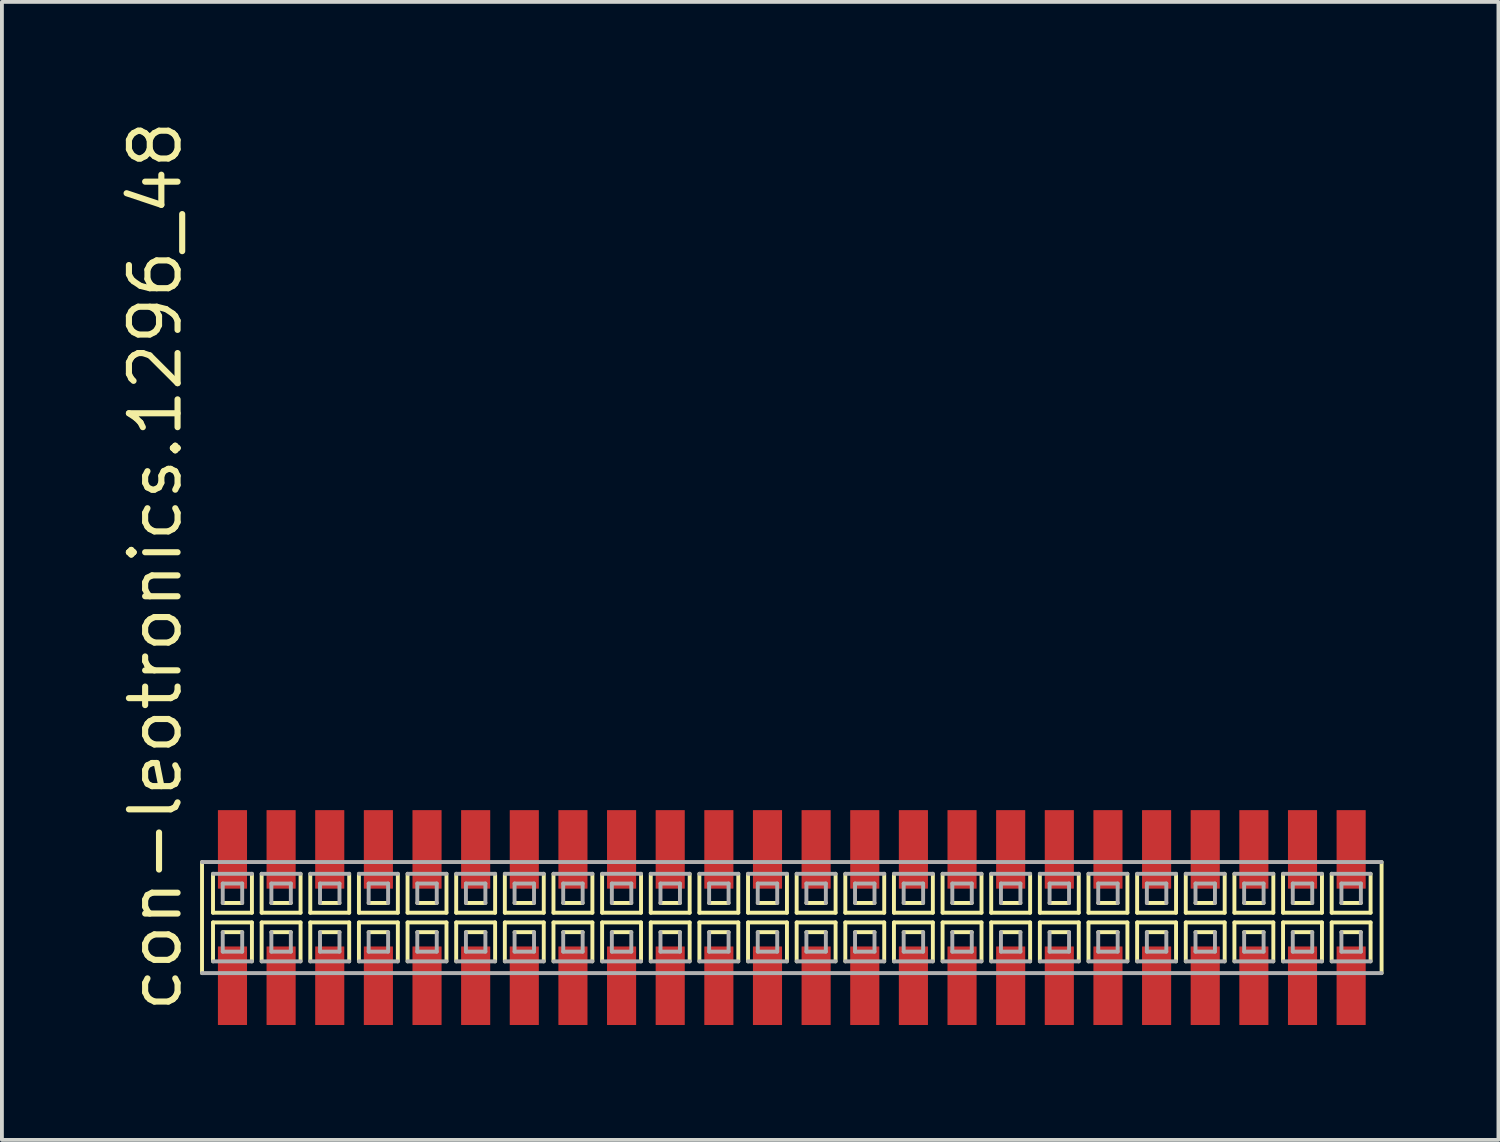
<source format=kicad_pcb>
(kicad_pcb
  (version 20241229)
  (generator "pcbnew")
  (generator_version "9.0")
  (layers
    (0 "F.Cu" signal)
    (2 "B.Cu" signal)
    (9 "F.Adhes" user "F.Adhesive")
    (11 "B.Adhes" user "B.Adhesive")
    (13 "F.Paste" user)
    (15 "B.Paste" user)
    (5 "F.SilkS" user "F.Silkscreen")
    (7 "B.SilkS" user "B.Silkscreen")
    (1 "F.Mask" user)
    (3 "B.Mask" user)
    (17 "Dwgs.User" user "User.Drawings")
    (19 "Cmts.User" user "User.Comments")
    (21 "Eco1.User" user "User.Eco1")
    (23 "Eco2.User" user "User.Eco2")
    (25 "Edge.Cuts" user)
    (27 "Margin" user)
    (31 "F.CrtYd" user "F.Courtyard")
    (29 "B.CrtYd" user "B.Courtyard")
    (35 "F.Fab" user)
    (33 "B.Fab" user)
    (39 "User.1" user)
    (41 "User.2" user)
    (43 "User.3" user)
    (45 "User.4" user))
  (footprint "con-leotronics.1296_48"
    (layer "F.Cu")
    (at 17.625 20.909)
    (property "Reference" "con-leotronics.1296_48" (at -15.875 2.54 90) (layer "F.SilkS") (effects (font (size 1.27 1.27) (thickness 0.16)) (justify left bottom)))
    (attr smd)
    (fp_line (start -15.4 -1.45) (end -15.4 1.45) (stroke (width 0.102) (type default)) (layer "F.SilkS"))
    (fp_line (start -15.113 -1.143) (end -15.113 -0.127) (stroke (width 0.102) (type default)) (layer "F.SilkS"))
    (fp_line (start -15.113 -0.127) (end -14.097 -0.127) (stroke (width 0.102) (type default)) (layer "F.SilkS"))
    (fp_line (start -15.113 0.127) (end -15.113 1.143) (stroke (width 0.102) (type default)) (layer "F.SilkS"))
    (fp_line (start -14.859 -0.381) (end -14.351 -0.381) (stroke (width 0.102) (type default)) (layer "F.SilkS"))
    (fp_line (start -14.351 0.381) (end -14.859 0.381) (stroke (width 0.102) (type default)) (layer "F.SilkS"))
    (fp_line (start -14.097 -0.127) (end -14.097 -1.143) (stroke (width 0.102) (type default)) (layer "F.SilkS"))
    (fp_line (start -14.097 0.127) (end -15.113 0.127) (stroke (width 0.102) (type default)) (layer "F.SilkS"))
    (fp_line (start -14.097 1.143) (end -14.097 0.127) (stroke (width 0.102) (type default)) (layer "F.SilkS"))
    (fp_line (start -13.843 -1.143) (end -13.843 -0.127) (stroke (width 0.102) (type default)) (layer "F.SilkS"))
    (fp_line (start -13.843 -0.127) (end -12.827 -0.127) (stroke (width 0.102) (type default)) (layer "F.SilkS"))
    (fp_line (start -13.843 0.127) (end -13.843 1.143) (stroke (width 0.102) (type default)) (layer "F.SilkS"))
    (fp_line (start -13.589 -0.381) (end -13.081 -0.381) (stroke (width 0.102) (type default)) (layer "F.SilkS"))
    (fp_line (start -13.081 0.381) (end -13.589 0.381) (stroke (width 0.102) (type default)) (layer "F.SilkS"))
    (fp_line (start -12.827 -0.127) (end -12.827 -1.143) (stroke (width 0.102) (type default)) (layer "F.SilkS"))
    (fp_line (start -12.827 0.127) (end -13.843 0.127) (stroke (width 0.102) (type default)) (layer "F.SilkS"))
    (fp_line (start -12.827 1.143) (end -12.827 0.127) (stroke (width 0.102) (type default)) (layer "F.SilkS"))
    (fp_line (start -12.573 -1.143) (end -12.573 -0.127) (stroke (width 0.102) (type default)) (layer "F.SilkS"))
    (fp_line (start -12.573 -0.127) (end -11.557 -0.127) (stroke (width 0.102) (type default)) (layer "F.SilkS"))
    (fp_line (start -12.573 0.127) (end -12.573 1.143) (stroke (width 0.102) (type default)) (layer "F.SilkS"))
    (fp_line (start -12.319 -0.381) (end -11.811 -0.381) (stroke (width 0.102) (type default)) (layer "F.SilkS"))
    (fp_line (start -11.811 0.381) (end -12.319 0.381) (stroke (width 0.102) (type default)) (layer "F.SilkS"))
    (fp_line (start -11.557 -0.127) (end -11.557 -1.143) (stroke (width 0.102) (type default)) (layer "F.SilkS"))
    (fp_line (start -11.557 0.127) (end -12.573 0.127) (stroke (width 0.102) (type default)) (layer "F.SilkS"))
    (fp_line (start -11.557 1.143) (end -11.557 0.127) (stroke (width 0.102) (type default)) (layer "F.SilkS"))
    (fp_line (start -11.303 -1.143) (end -11.303 -0.127) (stroke (width 0.102) (type default)) (layer "F.SilkS"))
    (fp_line (start -11.303 -0.127) (end -10.287 -0.127) (stroke (width 0.102) (type default)) (layer "F.SilkS"))
    (fp_line (start -11.303 0.127) (end -11.303 1.143) (stroke (width 0.102) (type default)) (layer "F.SilkS"))
    (fp_line (start -11.049 -0.381) (end -10.541 -0.381) (stroke (width 0.102) (type default)) (layer "F.SilkS"))
    (fp_line (start -10.541 0.381) (end -11.049 0.381) (stroke (width 0.102) (type default)) (layer "F.SilkS"))
    (fp_line (start -10.287 -0.127) (end -10.287 -1.143) (stroke (width 0.102) (type default)) (layer "F.SilkS"))
    (fp_line (start -10.287 0.127) (end -11.303 0.127) (stroke (width 0.102) (type default)) (layer "F.SilkS"))
    (fp_line (start -10.287 1.143) (end -10.287 0.127) (stroke (width 0.102) (type default)) (layer "F.SilkS"))
    (fp_line (start -10.033 -1.143) (end -10.033 -0.127) (stroke (width 0.102) (type default)) (layer "F.SilkS"))
    (fp_line (start -10.033 -0.127) (end -9.017 -0.127) (stroke (width 0.102) (type default)) (layer "F.SilkS"))
    (fp_line (start -10.033 0.127) (end -10.033 1.143) (stroke (width 0.102) (type default)) (layer "F.SilkS"))
    (fp_line (start -9.779 -0.381) (end -9.271 -0.381) (stroke (width 0.102) (type default)) (layer "F.SilkS"))
    (fp_line (start -9.271 0.381) (end -9.779 0.381) (stroke (width 0.102) (type default)) (layer "F.SilkS"))
    (fp_line (start -9.017 -0.127) (end -9.017 -1.143) (stroke (width 0.102) (type default)) (layer "F.SilkS"))
    (fp_line (start -9.017 0.127) (end -10.033 0.127) (stroke (width 0.102) (type default)) (layer "F.SilkS"))
    (fp_line (start -9.017 1.143) (end -9.017 0.127) (stroke (width 0.102) (type default)) (layer "F.SilkS"))
    (fp_line (start -8.763 -1.143) (end -8.763 -0.127) (stroke (width 0.102) (type default)) (layer "F.SilkS"))
    (fp_line (start -8.763 -0.127) (end -7.747 -0.127) (stroke (width 0.102) (type default)) (layer "F.SilkS"))
    (fp_line (start -8.763 0.127) (end -8.763 1.143) (stroke (width 0.102) (type default)) (layer "F.SilkS"))
    (fp_line (start -8.509 -0.381) (end -8.001 -0.381) (stroke (width 0.102) (type default)) (layer "F.SilkS"))
    (fp_line (start -8.001 0.381) (end -8.509 0.381) (stroke (width 0.102) (type default)) (layer "F.SilkS"))
    (fp_line (start -7.747 -0.127) (end -7.747 -1.143) (stroke (width 0.102) (type default)) (layer "F.SilkS"))
    (fp_line (start -7.747 0.127) (end -8.763 0.127) (stroke (width 0.102) (type default)) (layer "F.SilkS"))
    (fp_line (start -7.747 1.143) (end -7.747 0.127) (stroke (width 0.102) (type default)) (layer "F.SilkS"))
    (fp_line (start -7.493 -1.143) (end -7.493 -0.127) (stroke (width 0.102) (type default)) (layer "F.SilkS"))
    (fp_line (start -7.493 -0.127) (end -6.477 -0.127) (stroke (width 0.102) (type default)) (layer "F.SilkS"))
    (fp_line (start -7.493 0.127) (end -7.493 1.143) (stroke (width 0.102) (type default)) (layer "F.SilkS"))
    (fp_line (start -7.239 -0.381) (end -6.731 -0.381) (stroke (width 0.102) (type default)) (layer "F.SilkS"))
    (fp_line (start -6.731 0.381) (end -7.239 0.381) (stroke (width 0.102) (type default)) (layer "F.SilkS"))
    (fp_line (start -6.477 -0.127) (end -6.477 -1.143) (stroke (width 0.102) (type default)) (layer "F.SilkS"))
    (fp_line (start -6.477 0.127) (end -7.493 0.127) (stroke (width 0.102) (type default)) (layer "F.SilkS"))
    (fp_line (start -6.477 1.143) (end -6.477 0.127) (stroke (width 0.102) (type default)) (layer "F.SilkS"))
    (fp_line (start -6.223 -1.143) (end -6.223 -0.127) (stroke (width 0.102) (type default)) (layer "F.SilkS"))
    (fp_line (start -6.223 -0.127) (end -5.207 -0.127) (stroke (width 0.102) (type default)) (layer "F.SilkS"))
    (fp_line (start -6.223 0.127) (end -6.223 1.143) (stroke (width 0.102) (type default)) (layer "F.SilkS"))
    (fp_line (start -5.969 -0.381) (end -5.461 -0.381) (stroke (width 0.102) (type default)) (layer "F.SilkS"))
    (fp_line (start -5.461 0.381) (end -5.969 0.381) (stroke (width 0.102) (type default)) (layer "F.SilkS"))
    (fp_line (start -5.207 -0.127) (end -5.207 -1.143) (stroke (width 0.102) (type default)) (layer "F.SilkS"))
    (fp_line (start -5.207 0.127) (end -6.223 0.127) (stroke (width 0.102) (type default)) (layer "F.SilkS"))
    (fp_line (start -5.207 1.143) (end -5.207 0.127) (stroke (width 0.102) (type default)) (layer "F.SilkS"))
    (fp_line (start -4.953 -1.143) (end -4.953 -0.127) (stroke (width 0.102) (type default)) (layer "F.SilkS"))
    (fp_line (start -4.953 -0.127) (end -3.937 -0.127) (stroke (width 0.102) (type default)) (layer "F.SilkS"))
    (fp_line (start -4.953 0.127) (end -4.953 1.143) (stroke (width 0.102) (type default)) (layer "F.SilkS"))
    (fp_line (start -4.699 -0.381) (end -4.191 -0.381) (stroke (width 0.102) (type default)) (layer "F.SilkS"))
    (fp_line (start -4.191 0.381) (end -4.699 0.381) (stroke (width 0.102) (type default)) (layer "F.SilkS"))
    (fp_line (start -3.937 -0.127) (end -3.937 -1.143) (stroke (width 0.102) (type default)) (layer "F.SilkS"))
    (fp_line (start -3.937 0.127) (end -4.953 0.127) (stroke (width 0.102) (type default)) (layer "F.SilkS"))
    (fp_line (start -3.937 1.143) (end -3.937 0.127) (stroke (width 0.102) (type default)) (layer "F.SilkS"))
    (fp_line (start -3.683 -1.143) (end -3.683 -0.127) (stroke (width 0.102) (type default)) (layer "F.SilkS"))
    (fp_line (start -3.683 -0.127) (end -2.667 -0.127) (stroke (width 0.102) (type default)) (layer "F.SilkS"))
    (fp_line (start -3.683 0.127) (end -3.683 1.143) (stroke (width 0.102) (type default)) (layer "F.SilkS"))
    (fp_line (start -3.429 -0.381) (end -2.921 -0.381) (stroke (width 0.102) (type default)) (layer "F.SilkS"))
    (fp_line (start -2.921 0.381) (end -3.429 0.381) (stroke (width 0.102) (type default)) (layer "F.SilkS"))
    (fp_line (start -2.667 -0.127) (end -2.667 -1.143) (stroke (width 0.102) (type default)) (layer "F.SilkS"))
    (fp_line (start -2.667 0.127) (end -3.683 0.127) (stroke (width 0.102) (type default)) (layer "F.SilkS"))
    (fp_line (start -2.667 1.143) (end -2.667 0.127) (stroke (width 0.102) (type default)) (layer "F.SilkS"))
    (fp_line (start -2.413 -1.143) (end -2.413 -0.127) (stroke (width 0.102) (type default)) (layer "F.SilkS"))
    (fp_line (start -2.413 -0.127) (end -1.397 -0.127) (stroke (width 0.102) (type default)) (layer "F.SilkS"))
    (fp_line (start -2.413 0.127) (end -2.413 1.143) (stroke (width 0.102) (type default)) (layer "F.SilkS"))
    (fp_line (start -2.159 -0.381) (end -1.651 -0.381) (stroke (width 0.102) (type default)) (layer "F.SilkS"))
    (fp_line (start -1.651 0.381) (end -2.159 0.381) (stroke (width 0.102) (type default)) (layer "F.SilkS"))
    (fp_line (start -1.397 -0.127) (end -1.397 -1.143) (stroke (width 0.102) (type default)) (layer "F.SilkS"))
    (fp_line (start -1.397 0.127) (end -2.413 0.127) (stroke (width 0.102) (type default)) (layer "F.SilkS"))
    (fp_line (start -1.397 1.143) (end -1.397 0.127) (stroke (width 0.102) (type default)) (layer "F.SilkS"))
    (fp_line (start -1.143 -1.143) (end -1.143 -0.127) (stroke (width 0.102) (type default)) (layer "F.SilkS"))
    (fp_line (start -1.143 -0.127) (end -0.127 -0.127) (stroke (width 0.102) (type default)) (layer "F.SilkS"))
    (fp_line (start -1.143 0.127) (end -1.143 1.143) (stroke (width 0.102) (type default)) (layer "F.SilkS"))
    (fp_line (start -0.889 -0.381) (end -0.381 -0.381) (stroke (width 0.102) (type default)) (layer "F.SilkS"))
    (fp_line (start -0.381 0.381) (end -0.889 0.381) (stroke (width 0.102) (type default)) (layer "F.SilkS"))
    (fp_line (start -0.127 -0.127) (end -0.127 -1.143) (stroke (width 0.102) (type default)) (layer "F.SilkS"))
    (fp_line (start -0.127 0.127) (end -1.143 0.127) (stroke (width 0.102) (type default)) (layer "F.SilkS"))
    (fp_line (start -0.127 1.143) (end -0.127 0.127) (stroke (width 0.102) (type default)) (layer "F.SilkS"))
    (fp_line (start 0.127 -1.143) (end 0.127 -0.127) (stroke (width 0.102) (type default)) (layer "F.SilkS"))
    (fp_line (start 0.127 -0.127) (end 1.143 -0.127) (stroke (width 0.102) (type default)) (layer "F.SilkS"))
    (fp_line (start 0.127 0.127) (end 0.127 1.143) (stroke (width 0.102) (type default)) (layer "F.SilkS"))
    (fp_line (start 0.381 -0.381) (end 0.889 -0.381) (stroke (width 0.102) (type default)) (layer "F.SilkS"))
    (fp_line (start 0.889 0.381) (end 0.381 0.381) (stroke (width 0.102) (type default)) (layer "F.SilkS"))
    (fp_line (start 1.143 -0.127) (end 1.143 -1.143) (stroke (width 0.102) (type default)) (layer "F.SilkS"))
    (fp_line (start 1.143 0.127) (end 0.127 0.127) (stroke (width 0.102) (type default)) (layer "F.SilkS"))
    (fp_line (start 1.143 1.143) (end 1.143 0.127) (stroke (width 0.102) (type default)) (layer "F.SilkS"))
    (fp_line (start 1.397 -1.143) (end 1.397 -0.127) (stroke (width 0.102) (type default)) (layer "F.SilkS"))
    (fp_line (start 1.397 -0.127) (end 2.413 -0.127) (stroke (width 0.102) (type default)) (layer "F.SilkS"))
    (fp_line (start 1.397 0.127) (end 1.397 1.143) (stroke (width 0.102) (type default)) (layer "F.SilkS"))
    (fp_line (start 1.651 -0.381) (end 2.159 -0.381) (stroke (width 0.102) (type default)) (layer "F.SilkS"))
    (fp_line (start 2.159 0.381) (end 1.651 0.381) (stroke (width 0.102) (type default)) (layer "F.SilkS"))
    (fp_line (start 2.413 -0.127) (end 2.413 -1.143) (stroke (width 0.102) (type default)) (layer "F.SilkS"))
    (fp_line (start 2.413 0.127) (end 1.397 0.127) (stroke (width 0.102) (type default)) (layer "F.SilkS"))
    (fp_line (start 2.413 1.143) (end 2.413 0.127) (stroke (width 0.102) (type default)) (layer "F.SilkS"))
    (fp_line (start 2.667 -1.143) (end 2.667 -0.127) (stroke (width 0.102) (type default)) (layer "F.SilkS"))
    (fp_line (start 2.667 -0.127) (end 3.683 -0.127) (stroke (width 0.102) (type default)) (layer "F.SilkS"))
    (fp_line (start 2.667 0.127) (end 2.667 1.143) (stroke (width 0.102) (type default)) (layer "F.SilkS"))
    (fp_line (start 2.921 -0.381) (end 3.429 -0.381) (stroke (width 0.102) (type default)) (layer "F.SilkS"))
    (fp_line (start 3.429 0.381) (end 2.921 0.381) (stroke (width 0.102) (type default)) (layer "F.SilkS"))
    (fp_line (start 3.683 -0.127) (end 3.683 -1.143) (stroke (width 0.102) (type default)) (layer "F.SilkS"))
    (fp_line (start 3.683 0.127) (end 2.667 0.127) (stroke (width 0.102) (type default)) (layer "F.SilkS"))
    (fp_line (start 3.683 1.143) (end 3.683 0.127) (stroke (width 0.102) (type default)) (layer "F.SilkS"))
    (fp_line (start 3.937 -1.143) (end 3.937 -0.127) (stroke (width 0.102) (type default)) (layer "F.SilkS"))
    (fp_line (start 3.937 -0.127) (end 4.953 -0.127) (stroke (width 0.102) (type default)) (layer "F.SilkS"))
    (fp_line (start 3.937 0.127) (end 3.937 1.143) (stroke (width 0.102) (type default)) (layer "F.SilkS"))
    (fp_line (start 4.191 -0.381) (end 4.699 -0.381) (stroke (width 0.102) (type default)) (layer "F.SilkS"))
    (fp_line (start 4.699 0.381) (end 4.191 0.381) (stroke (width 0.102) (type default)) (layer "F.SilkS"))
    (fp_line (start 4.953 -0.127) (end 4.953 -1.143) (stroke (width 0.102) (type default)) (layer "F.SilkS"))
    (fp_line (start 4.953 0.127) (end 3.937 0.127) (stroke (width 0.102) (type default)) (layer "F.SilkS"))
    (fp_line (start 4.953 1.143) (end 4.953 0.127) (stroke (width 0.102) (type default)) (layer "F.SilkS"))
    (fp_line (start 5.207 -1.143) (end 5.207 -0.127) (stroke (width 0.102) (type default)) (layer "F.SilkS"))
    (fp_line (start 5.207 -0.127) (end 6.223 -0.127) (stroke (width 0.102) (type default)) (layer "F.SilkS"))
    (fp_line (start 5.207 0.127) (end 5.207 1.143) (stroke (width 0.102) (type default)) (layer "F.SilkS"))
    (fp_line (start 5.461 -0.381) (end 5.969 -0.381) (stroke (width 0.102) (type default)) (layer "F.SilkS"))
    (fp_line (start 5.969 0.381) (end 5.461 0.381) (stroke (width 0.102) (type default)) (layer "F.SilkS"))
    (fp_line (start 6.223 -0.127) (end 6.223 -1.143) (stroke (width 0.102) (type default)) (layer "F.SilkS"))
    (fp_line (start 6.223 0.127) (end 5.207 0.127) (stroke (width 0.102) (type default)) (layer "F.SilkS"))
    (fp_line (start 6.223 1.143) (end 6.223 0.127) (stroke (width 0.102) (type default)) (layer "F.SilkS"))
    (fp_line (start 6.477 -1.143) (end 6.477 -0.127) (stroke (width 0.102) (type default)) (layer "F.SilkS"))
    (fp_line (start 6.477 -0.127) (end 7.493 -0.127) (stroke (width 0.102) (type default)) (layer "F.SilkS"))
    (fp_line (start 6.477 0.127) (end 6.477 1.143) (stroke (width 0.102) (type default)) (layer "F.SilkS"))
    (fp_line (start 6.731 -0.381) (end 7.239 -0.381) (stroke (width 0.102) (type default)) (layer "F.SilkS"))
    (fp_line (start 7.239 0.381) (end 6.731 0.381) (stroke (width 0.102) (type default)) (layer "F.SilkS"))
    (fp_line (start 7.493 -0.127) (end 7.493 -1.143) (stroke (width 0.102) (type default)) (layer "F.SilkS"))
    (fp_line (start 7.493 0.127) (end 6.477 0.127) (stroke (width 0.102) (type default)) (layer "F.SilkS"))
    (fp_line (start 7.493 1.143) (end 7.493 0.127) (stroke (width 0.102) (type default)) (layer "F.SilkS"))
    (fp_line (start 7.747 -1.143) (end 7.747 -0.127) (stroke (width 0.102) (type default)) (layer "F.SilkS"))
    (fp_line (start 7.747 -0.127) (end 8.763 -0.127) (stroke (width 0.102) (type default)) (layer "F.SilkS"))
    (fp_line (start 7.747 0.127) (end 7.747 1.143) (stroke (width 0.102) (type default)) (layer "F.SilkS"))
    (fp_line (start 8.001 -0.381) (end 8.509 -0.381) (stroke (width 0.102) (type default)) (layer "F.SilkS"))
    (fp_line (start 8.509 0.381) (end 8.001 0.381) (stroke (width 0.102) (type default)) (layer "F.SilkS"))
    (fp_line (start 8.763 -0.127) (end 8.763 -1.143) (stroke (width 0.102) (type default)) (layer "F.SilkS"))
    (fp_line (start 8.763 0.127) (end 7.747 0.127) (stroke (width 0.102) (type default)) (layer "F.SilkS"))
    (fp_line (start 8.763 1.143) (end 8.763 0.127) (stroke (width 0.102) (type default)) (layer "F.SilkS"))
    (fp_line (start 9.017 -1.143) (end 9.017 -0.127) (stroke (width 0.102) (type default)) (layer "F.SilkS"))
    (fp_line (start 9.017 -0.127) (end 10.033 -0.127) (stroke (width 0.102) (type default)) (layer "F.SilkS"))
    (fp_line (start 9.017 0.127) (end 9.017 1.143) (stroke (width 0.102) (type default)) (layer "F.SilkS"))
    (fp_line (start 9.271 -0.381) (end 9.779 -0.381) (stroke (width 0.102) (type default)) (layer "F.SilkS"))
    (fp_line (start 9.779 0.381) (end 9.271 0.381) (stroke (width 0.102) (type default)) (layer "F.SilkS"))
    (fp_line (start 10.033 -0.127) (end 10.033 -1.143) (stroke (width 0.102) (type default)) (layer "F.SilkS"))
    (fp_line (start 10.033 0.127) (end 9.017 0.127) (stroke (width 0.102) (type default)) (layer "F.SilkS"))
    (fp_line (start 10.033 1.143) (end 10.033 0.127) (stroke (width 0.102) (type default)) (layer "F.SilkS"))
    (fp_line (start 10.287 -1.143) (end 10.287 -0.127) (stroke (width 0.102) (type default)) (layer "F.SilkS"))
    (fp_line (start 10.287 -0.127) (end 11.303 -0.127) (stroke (width 0.102) (type default)) (layer "F.SilkS"))
    (fp_line (start 10.287 0.127) (end 10.287 1.143) (stroke (width 0.102) (type default)) (layer "F.SilkS"))
    (fp_line (start 10.541 -0.381) (end 11.049 -0.381) (stroke (width 0.102) (type default)) (layer "F.SilkS"))
    (fp_line (start 11.049 0.381) (end 10.541 0.381) (stroke (width 0.102) (type default)) (layer "F.SilkS"))
    (fp_line (start 11.303 -0.127) (end 11.303 -1.143) (stroke (width 0.102) (type default)) (layer "F.SilkS"))
    (fp_line (start 11.303 0.127) (end 10.287 0.127) (stroke (width 0.102) (type default)) (layer "F.SilkS"))
    (fp_line (start 11.303 1.143) (end 11.303 0.127) (stroke (width 0.102) (type default)) (layer "F.SilkS"))
    (fp_line (start 11.557 -1.143) (end 11.557 -0.127) (stroke (width 0.102) (type default)) (layer "F.SilkS"))
    (fp_line (start 11.557 -0.127) (end 12.573 -0.127) (stroke (width 0.102) (type default)) (layer "F.SilkS"))
    (fp_line (start 11.557 0.127) (end 11.557 1.143) (stroke (width 0.102) (type default)) (layer "F.SilkS"))
    (fp_line (start 11.811 -0.381) (end 12.319 -0.381) (stroke (width 0.102) (type default)) (layer "F.SilkS"))
    (fp_line (start 12.319 0.381) (end 11.811 0.381) (stroke (width 0.102) (type default)) (layer "F.SilkS"))
    (fp_line (start 12.573 -0.127) (end 12.573 -1.143) (stroke (width 0.102) (type default)) (layer "F.SilkS"))
    (fp_line (start 12.573 0.127) (end 11.557 0.127) (stroke (width 0.102) (type default)) (layer "F.SilkS"))
    (fp_line (start 12.573 1.143) (end 12.573 0.127) (stroke (width 0.102) (type default)) (layer "F.SilkS"))
    (fp_line (start 12.827 -1.143) (end 12.827 -0.127) (stroke (width 0.102) (type default)) (layer "F.SilkS"))
    (fp_line (start 12.827 -0.127) (end 13.843 -0.127) (stroke (width 0.102) (type default)) (layer "F.SilkS"))
    (fp_line (start 12.827 0.127) (end 12.827 1.143) (stroke (width 0.102) (type default)) (layer "F.SilkS"))
    (fp_line (start 13.081 -0.381) (end 13.589 -0.381) (stroke (width 0.102) (type default)) (layer "F.SilkS"))
    (fp_line (start 13.589 0.381) (end 13.081 0.381) (stroke (width 0.102) (type default)) (layer "F.SilkS"))
    (fp_line (start 13.843 -0.127) (end 13.843 -1.143) (stroke (width 0.102) (type default)) (layer "F.SilkS"))
    (fp_line (start 13.843 0.127) (end 12.827 0.127) (stroke (width 0.102) (type default)) (layer "F.SilkS"))
    (fp_line (start 13.843 1.143) (end 13.843 0.127) (stroke (width 0.102) (type default)) (layer "F.SilkS"))
    (fp_line (start 14.097 -1.143) (end 14.097 -0.127) (stroke (width 0.102) (type default)) (layer "F.SilkS"))
    (fp_line (start 14.097 -0.127) (end 15.113 -0.127) (stroke (width 0.102) (type default)) (layer "F.SilkS"))
    (fp_line (start 14.097 0.127) (end 14.097 1.143) (stroke (width 0.102) (type default)) (layer "F.SilkS"))
    (fp_line (start 14.351 -0.381) (end 14.859 -0.381) (stroke (width 0.102) (type default)) (layer "F.SilkS"))
    (fp_line (start 14.859 0.381) (end 14.351 0.381) (stroke (width 0.102) (type default)) (layer "F.SilkS"))
    (fp_line (start 15.113 -0.127) (end 15.113 -1.143) (stroke (width 0.102) (type default)) (layer "F.SilkS"))
    (fp_line (start 15.113 0.127) (end 14.097 0.127) (stroke (width 0.102) (type default)) (layer "F.SilkS"))
    (fp_line (start 15.113 1.143) (end 15.113 0.127) (stroke (width 0.102) (type default)) (layer "F.SilkS"))
    (fp_line (start 15.4 1.45) (end 15.4 -1.45) (stroke (width 0.102) (type default)) (layer "F.SilkS"))
    (fp_line (start -15.4 1.45) (end 15.4 1.45) (stroke (width 0.102) (type default)) (layer "F.Fab"))
    (fp_line (start -15.113 1.143) (end -14.097 1.143) (stroke (width 0.102) (type default)) (layer "F.Fab"))
    (fp_line (start -14.859 -0.889) (end -14.859 -0.381) (stroke (width 0.102) (type default)) (layer "F.Fab"))
    (fp_line (start -14.859 0.381) (end -14.859 0.889) (stroke (width 0.102) (type default)) (layer "F.Fab"))
    (fp_line (start -14.859 0.889) (end -14.351 0.889) (stroke (width 0.102) (type default)) (layer "F.Fab"))
    (fp_line (start -14.351 -0.889) (end -14.859 -0.889) (stroke (width 0.102) (type default)) (layer "F.Fab"))
    (fp_line (start -14.351 -0.381) (end -14.351 -0.889) (stroke (width 0.102) (type default)) (layer "F.Fab"))
    (fp_line (start -14.351 0.889) (end -14.351 0.381) (stroke (width 0.102) (type default)) (layer "F.Fab"))
    (fp_line (start -14.097 -1.143) (end -15.113 -1.143) (stroke (width 0.102) (type default)) (layer "F.Fab"))
    (fp_line (start -13.843 1.143) (end -12.827 1.143) (stroke (width 0.102) (type default)) (layer "F.Fab"))
    (fp_line (start -13.589 -0.889) (end -13.589 -0.381) (stroke (width 0.102) (type default)) (layer "F.Fab"))
    (fp_line (start -13.589 0.381) (end -13.589 0.889) (stroke (width 0.102) (type default)) (layer "F.Fab"))
    (fp_line (start -13.589 0.889) (end -13.081 0.889) (stroke (width 0.102) (type default)) (layer "F.Fab"))
    (fp_line (start -13.081 -0.889) (end -13.589 -0.889) (stroke (width 0.102) (type default)) (layer "F.Fab"))
    (fp_line (start -13.081 -0.381) (end -13.081 -0.889) (stroke (width 0.102) (type default)) (layer "F.Fab"))
    (fp_line (start -13.081 0.889) (end -13.081 0.381) (stroke (width 0.102) (type default)) (layer "F.Fab"))
    (fp_line (start -12.827 -1.143) (end -13.843 -1.143) (stroke (width 0.102) (type default)) (layer "F.Fab"))
    (fp_line (start -12.573 1.143) (end -11.557 1.143) (stroke (width 0.102) (type default)) (layer "F.Fab"))
    (fp_line (start -12.319 -0.889) (end -12.319 -0.381) (stroke (width 0.102) (type default)) (layer "F.Fab"))
    (fp_line (start -12.319 0.381) (end -12.319 0.889) (stroke (width 0.102) (type default)) (layer "F.Fab"))
    (fp_line (start -12.319 0.889) (end -11.811 0.889) (stroke (width 0.102) (type default)) (layer "F.Fab"))
    (fp_line (start -11.811 -0.889) (end -12.319 -0.889) (stroke (width 0.102) (type default)) (layer "F.Fab"))
    (fp_line (start -11.811 -0.381) (end -11.811 -0.889) (stroke (width 0.102) (type default)) (layer "F.Fab"))
    (fp_line (start -11.811 0.889) (end -11.811 0.381) (stroke (width 0.102) (type default)) (layer "F.Fab"))
    (fp_line (start -11.557 -1.143) (end -12.573 -1.143) (stroke (width 0.102) (type default)) (layer "F.Fab"))
    (fp_line (start -11.303 1.143) (end -10.287 1.143) (stroke (width 0.102) (type default)) (layer "F.Fab"))
    (fp_line (start -11.049 -0.889) (end -11.049 -0.381) (stroke (width 0.102) (type default)) (layer "F.Fab"))
    (fp_line (start -11.049 0.381) (end -11.049 0.889) (stroke (width 0.102) (type default)) (layer "F.Fab"))
    (fp_line (start -11.049 0.889) (end -10.541 0.889) (stroke (width 0.102) (type default)) (layer "F.Fab"))
    (fp_line (start -10.541 -0.889) (end -11.049 -0.889) (stroke (width 0.102) (type default)) (layer "F.Fab"))
    (fp_line (start -10.541 -0.381) (end -10.541 -0.889) (stroke (width 0.102) (type default)) (layer "F.Fab"))
    (fp_line (start -10.541 0.889) (end -10.541 0.381) (stroke (width 0.102) (type default)) (layer "F.Fab"))
    (fp_line (start -10.287 -1.143) (end -11.303 -1.143) (stroke (width 0.102) (type default)) (layer "F.Fab"))
    (fp_line (start -10.033 1.143) (end -9.017 1.143) (stroke (width 0.102) (type default)) (layer "F.Fab"))
    (fp_line (start -9.779 -0.889) (end -9.779 -0.381) (stroke (width 0.102) (type default)) (layer "F.Fab"))
    (fp_line (start -9.779 0.381) (end -9.779 0.889) (stroke (width 0.102) (type default)) (layer "F.Fab"))
    (fp_line (start -9.779 0.889) (end -9.271 0.889) (stroke (width 0.102) (type default)) (layer "F.Fab"))
    (fp_line (start -9.271 -0.889) (end -9.779 -0.889) (stroke (width 0.102) (type default)) (layer "F.Fab"))
    (fp_line (start -9.271 -0.381) (end -9.271 -0.889) (stroke (width 0.102) (type default)) (layer "F.Fab"))
    (fp_line (start -9.271 0.889) (end -9.271 0.381) (stroke (width 0.102) (type default)) (layer "F.Fab"))
    (fp_line (start -9.017 -1.143) (end -10.033 -1.143) (stroke (width 0.102) (type default)) (layer "F.Fab"))
    (fp_line (start -8.763 1.143) (end -7.747 1.143) (stroke (width 0.102) (type default)) (layer "F.Fab"))
    (fp_line (start -8.509 -0.889) (end -8.509 -0.381) (stroke (width 0.102) (type default)) (layer "F.Fab"))
    (fp_line (start -8.509 0.381) (end -8.509 0.889) (stroke (width 0.102) (type default)) (layer "F.Fab"))
    (fp_line (start -8.509 0.889) (end -8.001 0.889) (stroke (width 0.102) (type default)) (layer "F.Fab"))
    (fp_line (start -8.001 -0.889) (end -8.509 -0.889) (stroke (width 0.102) (type default)) (layer "F.Fab"))
    (fp_line (start -8.001 -0.381) (end -8.001 -0.889) (stroke (width 0.102) (type default)) (layer "F.Fab"))
    (fp_line (start -8.001 0.889) (end -8.001 0.381) (stroke (width 0.102) (type default)) (layer "F.Fab"))
    (fp_line (start -7.747 -1.143) (end -8.763 -1.143) (stroke (width 0.102) (type default)) (layer "F.Fab"))
    (fp_line (start -7.493 1.143) (end -6.477 1.143) (stroke (width 0.102) (type default)) (layer "F.Fab"))
    (fp_line (start -7.239 -0.889) (end -7.239 -0.381) (stroke (width 0.102) (type default)) (layer "F.Fab"))
    (fp_line (start -7.239 0.381) (end -7.239 0.889) (stroke (width 0.102) (type default)) (layer "F.Fab"))
    (fp_line (start -7.239 0.889) (end -6.731 0.889) (stroke (width 0.102) (type default)) (layer "F.Fab"))
    (fp_line (start -6.731 -0.889) (end -7.239 -0.889) (stroke (width 0.102) (type default)) (layer "F.Fab"))
    (fp_line (start -6.731 -0.381) (end -6.731 -0.889) (stroke (width 0.102) (type default)) (layer "F.Fab"))
    (fp_line (start -6.731 0.889) (end -6.731 0.381) (stroke (width 0.102) (type default)) (layer "F.Fab"))
    (fp_line (start -6.477 -1.143) (end -7.493 -1.143) (stroke (width 0.102) (type default)) (layer "F.Fab"))
    (fp_line (start -6.223 1.143) (end -5.207 1.143) (stroke (width 0.102) (type default)) (layer "F.Fab"))
    (fp_line (start -5.969 -0.889) (end -5.969 -0.381) (stroke (width 0.102) (type default)) (layer "F.Fab"))
    (fp_line (start -5.969 0.381) (end -5.969 0.889) (stroke (width 0.102) (type default)) (layer "F.Fab"))
    (fp_line (start -5.969 0.889) (end -5.461 0.889) (stroke (width 0.102) (type default)) (layer "F.Fab"))
    (fp_line (start -5.461 -0.889) (end -5.969 -0.889) (stroke (width 0.102) (type default)) (layer "F.Fab"))
    (fp_line (start -5.461 -0.381) (end -5.461 -0.889) (stroke (width 0.102) (type default)) (layer "F.Fab"))
    (fp_line (start -5.461 0.889) (end -5.461 0.381) (stroke (width 0.102) (type default)) (layer "F.Fab"))
    (fp_line (start -5.207 -1.143) (end -6.223 -1.143) (stroke (width 0.102) (type default)) (layer "F.Fab"))
    (fp_line (start -4.953 1.143) (end -3.937 1.143) (stroke (width 0.102) (type default)) (layer "F.Fab"))
    (fp_line (start -4.699 -0.889) (end -4.699 -0.381) (stroke (width 0.102) (type default)) (layer "F.Fab"))
    (fp_line (start -4.699 0.381) (end -4.699 0.889) (stroke (width 0.102) (type default)) (layer "F.Fab"))
    (fp_line (start -4.699 0.889) (end -4.191 0.889) (stroke (width 0.102) (type default)) (layer "F.Fab"))
    (fp_line (start -4.191 -0.889) (end -4.699 -0.889) (stroke (width 0.102) (type default)) (layer "F.Fab"))
    (fp_line (start -4.191 -0.381) (end -4.191 -0.889) (stroke (width 0.102) (type default)) (layer "F.Fab"))
    (fp_line (start -4.191 0.889) (end -4.191 0.381) (stroke (width 0.102) (type default)) (layer "F.Fab"))
    (fp_line (start -3.937 -1.143) (end -4.953 -1.143) (stroke (width 0.102) (type default)) (layer "F.Fab"))
    (fp_line (start -3.683 1.143) (end -2.667 1.143) (stroke (width 0.102) (type default)) (layer "F.Fab"))
    (fp_line (start -3.429 -0.889) (end -3.429 -0.381) (stroke (width 0.102) (type default)) (layer "F.Fab"))
    (fp_line (start -3.429 0.381) (end -3.429 0.889) (stroke (width 0.102) (type default)) (layer "F.Fab"))
    (fp_line (start -3.429 0.889) (end -2.921 0.889) (stroke (width 0.102) (type default)) (layer "F.Fab"))
    (fp_line (start -2.921 -0.889) (end -3.429 -0.889) (stroke (width 0.102) (type default)) (layer "F.Fab"))
    (fp_line (start -2.921 -0.381) (end -2.921 -0.889) (stroke (width 0.102) (type default)) (layer "F.Fab"))
    (fp_line (start -2.921 0.889) (end -2.921 0.381) (stroke (width 0.102) (type default)) (layer "F.Fab"))
    (fp_line (start -2.667 -1.143) (end -3.683 -1.143) (stroke (width 0.102) (type default)) (layer "F.Fab"))
    (fp_line (start -2.413 1.143) (end -1.397 1.143) (stroke (width 0.102) (type default)) (layer "F.Fab"))
    (fp_line (start -2.159 -0.889) (end -2.159 -0.381) (stroke (width 0.102) (type default)) (layer "F.Fab"))
    (fp_line (start -2.159 0.381) (end -2.159 0.889) (stroke (width 0.102) (type default)) (layer "F.Fab"))
    (fp_line (start -2.159 0.889) (end -1.651 0.889) (stroke (width 0.102) (type default)) (layer "F.Fab"))
    (fp_line (start -1.651 -0.889) (end -2.159 -0.889) (stroke (width 0.102) (type default)) (layer "F.Fab"))
    (fp_line (start -1.651 -0.381) (end -1.651 -0.889) (stroke (width 0.102) (type default)) (layer "F.Fab"))
    (fp_line (start -1.651 0.889) (end -1.651 0.381) (stroke (width 0.102) (type default)) (layer "F.Fab"))
    (fp_line (start -1.397 -1.143) (end -2.413 -1.143) (stroke (width 0.102) (type default)) (layer "F.Fab"))
    (fp_line (start -1.143 1.143) (end -0.127 1.143) (stroke (width 0.102) (type default)) (layer "F.Fab"))
    (fp_line (start -0.889 -0.889) (end -0.889 -0.381) (stroke (width 0.102) (type default)) (layer "F.Fab"))
    (fp_line (start -0.889 0.381) (end -0.889 0.889) (stroke (width 0.102) (type default)) (layer "F.Fab"))
    (fp_line (start -0.889 0.889) (end -0.381 0.889) (stroke (width 0.102) (type default)) (layer "F.Fab"))
    (fp_line (start -0.381 -0.889) (end -0.889 -0.889) (stroke (width 0.102) (type default)) (layer "F.Fab"))
    (fp_line (start -0.381 -0.381) (end -0.381 -0.889) (stroke (width 0.102) (type default)) (layer "F.Fab"))
    (fp_line (start -0.381 0.889) (end -0.381 0.381) (stroke (width 0.102) (type default)) (layer "F.Fab"))
    (fp_line (start -0.127 -1.143) (end -1.143 -1.143) (stroke (width 0.102) (type default)) (layer "F.Fab"))
    (fp_line (start 0.127 1.143) (end 1.143 1.143) (stroke (width 0.102) (type default)) (layer "F.Fab"))
    (fp_line (start 0.381 -0.889) (end 0.381 -0.381) (stroke (width 0.102) (type default)) (layer "F.Fab"))
    (fp_line (start 0.381 0.381) (end 0.381 0.889) (stroke (width 0.102) (type default)) (layer "F.Fab"))
    (fp_line (start 0.381 0.889) (end 0.889 0.889) (stroke (width 0.102) (type default)) (layer "F.Fab"))
    (fp_line (start 0.889 -0.889) (end 0.381 -0.889) (stroke (width 0.102) (type default)) (layer "F.Fab"))
    (fp_line (start 0.889 -0.381) (end 0.889 -0.889) (stroke (width 0.102) (type default)) (layer "F.Fab"))
    (fp_line (start 0.889 0.889) (end 0.889 0.381) (stroke (width 0.102) (type default)) (layer "F.Fab"))
    (fp_line (start 1.143 -1.143) (end 0.127 -1.143) (stroke (width 0.102) (type default)) (layer "F.Fab"))
    (fp_line (start 1.397 1.143) (end 2.413 1.143) (stroke (width 0.102) (type default)) (layer "F.Fab"))
    (fp_line (start 1.651 -0.889) (end 1.651 -0.381) (stroke (width 0.102) (type default)) (layer "F.Fab"))
    (fp_line (start 1.651 0.381) (end 1.651 0.889) (stroke (width 0.102) (type default)) (layer "F.Fab"))
    (fp_line (start 1.651 0.889) (end 2.159 0.889) (stroke (width 0.102) (type default)) (layer "F.Fab"))
    (fp_line (start 2.159 -0.889) (end 1.651 -0.889) (stroke (width 0.102) (type default)) (layer "F.Fab"))
    (fp_line (start 2.159 -0.381) (end 2.159 -0.889) (stroke (width 0.102) (type default)) (layer "F.Fab"))
    (fp_line (start 2.159 0.889) (end 2.159 0.381) (stroke (width 0.102) (type default)) (layer "F.Fab"))
    (fp_line (start 2.413 -1.143) (end 1.397 -1.143) (stroke (width 0.102) (type default)) (layer "F.Fab"))
    (fp_line (start 2.667 1.143) (end 3.683 1.143) (stroke (width 0.102) (type default)) (layer "F.Fab"))
    (fp_line (start 2.921 -0.889) (end 2.921 -0.381) (stroke (width 0.102) (type default)) (layer "F.Fab"))
    (fp_line (start 2.921 0.381) (end 2.921 0.889) (stroke (width 0.102) (type default)) (layer "F.Fab"))
    (fp_line (start 2.921 0.889) (end 3.429 0.889) (stroke (width 0.102) (type default)) (layer "F.Fab"))
    (fp_line (start 3.429 -0.889) (end 2.921 -0.889) (stroke (width 0.102) (type default)) (layer "F.Fab"))
    (fp_line (start 3.429 -0.381) (end 3.429 -0.889) (stroke (width 0.102) (type default)) (layer "F.Fab"))
    (fp_line (start 3.429 0.889) (end 3.429 0.381) (stroke (width 0.102) (type default)) (layer "F.Fab"))
    (fp_line (start 3.683 -1.143) (end 2.667 -1.143) (stroke (width 0.102) (type default)) (layer "F.Fab"))
    (fp_line (start 3.937 1.143) (end 4.953 1.143) (stroke (width 0.102) (type default)) (layer "F.Fab"))
    (fp_line (start 4.191 -0.889) (end 4.191 -0.381) (stroke (width 0.102) (type default)) (layer "F.Fab"))
    (fp_line (start 4.191 0.381) (end 4.191 0.889) (stroke (width 0.102) (type default)) (layer "F.Fab"))
    (fp_line (start 4.191 0.889) (end 4.699 0.889) (stroke (width 0.102) (type default)) (layer "F.Fab"))
    (fp_line (start 4.699 -0.889) (end 4.191 -0.889) (stroke (width 0.102) (type default)) (layer "F.Fab"))
    (fp_line (start 4.699 -0.381) (end 4.699 -0.889) (stroke (width 0.102) (type default)) (layer "F.Fab"))
    (fp_line (start 4.699 0.889) (end 4.699 0.381) (stroke (width 0.102) (type default)) (layer "F.Fab"))
    (fp_line (start 4.953 -1.143) (end 3.937 -1.143) (stroke (width 0.102) (type default)) (layer "F.Fab"))
    (fp_line (start 5.207 1.143) (end 6.223 1.143) (stroke (width 0.102) (type default)) (layer "F.Fab"))
    (fp_line (start 5.461 -0.889) (end 5.461 -0.381) (stroke (width 0.102) (type default)) (layer "F.Fab"))
    (fp_line (start 5.461 0.381) (end 5.461 0.889) (stroke (width 0.102) (type default)) (layer "F.Fab"))
    (fp_line (start 5.461 0.889) (end 5.969 0.889) (stroke (width 0.102) (type default)) (layer "F.Fab"))
    (fp_line (start 5.969 -0.889) (end 5.461 -0.889) (stroke (width 0.102) (type default)) (layer "F.Fab"))
    (fp_line (start 5.969 -0.381) (end 5.969 -0.889) (stroke (width 0.102) (type default)) (layer "F.Fab"))
    (fp_line (start 5.969 0.889) (end 5.969 0.381) (stroke (width 0.102) (type default)) (layer "F.Fab"))
    (fp_line (start 6.223 -1.143) (end 5.207 -1.143) (stroke (width 0.102) (type default)) (layer "F.Fab"))
    (fp_line (start 6.477 1.143) (end 7.493 1.143) (stroke (width 0.102) (type default)) (layer "F.Fab"))
    (fp_line (start 6.731 -0.889) (end 6.731 -0.381) (stroke (width 0.102) (type default)) (layer "F.Fab"))
    (fp_line (start 6.731 0.381) (end 6.731 0.889) (stroke (width 0.102) (type default)) (layer "F.Fab"))
    (fp_line (start 6.731 0.889) (end 7.239 0.889) (stroke (width 0.102) (type default)) (layer "F.Fab"))
    (fp_line (start 7.239 -0.889) (end 6.731 -0.889) (stroke (width 0.102) (type default)) (layer "F.Fab"))
    (fp_line (start 7.239 -0.381) (end 7.239 -0.889) (stroke (width 0.102) (type default)) (layer "F.Fab"))
    (fp_line (start 7.239 0.889) (end 7.239 0.381) (stroke (width 0.102) (type default)) (layer "F.Fab"))
    (fp_line (start 7.493 -1.143) (end 6.477 -1.143) (stroke (width 0.102) (type default)) (layer "F.Fab"))
    (fp_line (start 7.747 1.143) (end 8.763 1.143) (stroke (width 0.102) (type default)) (layer "F.Fab"))
    (fp_line (start 8.001 -0.889) (end 8.001 -0.381) (stroke (width 0.102) (type default)) (layer "F.Fab"))
    (fp_line (start 8.001 0.381) (end 8.001 0.889) (stroke (width 0.102) (type default)) (layer "F.Fab"))
    (fp_line (start 8.001 0.889) (end 8.509 0.889) (stroke (width 0.102) (type default)) (layer "F.Fab"))
    (fp_line (start 8.509 -0.889) (end 8.001 -0.889) (stroke (width 0.102) (type default)) (layer "F.Fab"))
    (fp_line (start 8.509 -0.381) (end 8.509 -0.889) (stroke (width 0.102) (type default)) (layer "F.Fab"))
    (fp_line (start 8.509 0.889) (end 8.509 0.381) (stroke (width 0.102) (type default)) (layer "F.Fab"))
    (fp_line (start 8.763 -1.143) (end 7.747 -1.143) (stroke (width 0.102) (type default)) (layer "F.Fab"))
    (fp_line (start 9.017 1.143) (end 10.033 1.143) (stroke (width 0.102) (type default)) (layer "F.Fab"))
    (fp_line (start 9.271 -0.889) (end 9.271 -0.381) (stroke (width 0.102) (type default)) (layer "F.Fab"))
    (fp_line (start 9.271 0.381) (end 9.271 0.889) (stroke (width 0.102) (type default)) (layer "F.Fab"))
    (fp_line (start 9.271 0.889) (end 9.779 0.889) (stroke (width 0.102) (type default)) (layer "F.Fab"))
    (fp_line (start 9.779 -0.889) (end 9.271 -0.889) (stroke (width 0.102) (type default)) (layer "F.Fab"))
    (fp_line (start 9.779 -0.381) (end 9.779 -0.889) (stroke (width 0.102) (type default)) (layer "F.Fab"))
    (fp_line (start 9.779 0.889) (end 9.779 0.381) (stroke (width 0.102) (type default)) (layer "F.Fab"))
    (fp_line (start 10.033 -1.143) (end 9.017 -1.143) (stroke (width 0.102) (type default)) (layer "F.Fab"))
    (fp_line (start 10.287 1.143) (end 11.303 1.143) (stroke (width 0.102) (type default)) (layer "F.Fab"))
    (fp_line (start 10.541 -0.889) (end 10.541 -0.381) (stroke (width 0.102) (type default)) (layer "F.Fab"))
    (fp_line (start 10.541 0.381) (end 10.541 0.889) (stroke (width 0.102) (type default)) (layer "F.Fab"))
    (fp_line (start 10.541 0.889) (end 11.049 0.889) (stroke (width 0.102) (type default)) (layer "F.Fab"))
    (fp_line (start 11.049 -0.889) (end 10.541 -0.889) (stroke (width 0.102) (type default)) (layer "F.Fab"))
    (fp_line (start 11.049 -0.381) (end 11.049 -0.889) (stroke (width 0.102) (type default)) (layer "F.Fab"))
    (fp_line (start 11.049 0.889) (end 11.049 0.381) (stroke (width 0.102) (type default)) (layer "F.Fab"))
    (fp_line (start 11.303 -1.143) (end 10.287 -1.143) (stroke (width 0.102) (type default)) (layer "F.Fab"))
    (fp_line (start 11.557 1.143) (end 12.573 1.143) (stroke (width 0.102) (type default)) (layer "F.Fab"))
    (fp_line (start 11.811 -0.889) (end 11.811 -0.381) (stroke (width 0.102) (type default)) (layer "F.Fab"))
    (fp_line (start 11.811 0.381) (end 11.811 0.889) (stroke (width 0.102) (type default)) (layer "F.Fab"))
    (fp_line (start 11.811 0.889) (end 12.319 0.889) (stroke (width 0.102) (type default)) (layer "F.Fab"))
    (fp_line (start 12.319 -0.889) (end 11.811 -0.889) (stroke (width 0.102) (type default)) (layer "F.Fab"))
    (fp_line (start 12.319 -0.381) (end 12.319 -0.889) (stroke (width 0.102) (type default)) (layer "F.Fab"))
    (fp_line (start 12.319 0.889) (end 12.319 0.381) (stroke (width 0.102) (type default)) (layer "F.Fab"))
    (fp_line (start 12.573 -1.143) (end 11.557 -1.143) (stroke (width 0.102) (type default)) (layer "F.Fab"))
    (fp_line (start 12.827 1.143) (end 13.843 1.143) (stroke (width 0.102) (type default)) (layer "F.Fab"))
    (fp_line (start 13.081 -0.889) (end 13.081 -0.381) (stroke (width 0.102) (type default)) (layer "F.Fab"))
    (fp_line (start 13.081 0.381) (end 13.081 0.889) (stroke (width 0.102) (type default)) (layer "F.Fab"))
    (fp_line (start 13.081 0.889) (end 13.589 0.889) (stroke (width 0.102) (type default)) (layer "F.Fab"))
    (fp_line (start 13.589 -0.889) (end 13.081 -0.889) (stroke (width 0.102) (type default)) (layer "F.Fab"))
    (fp_line (start 13.589 -0.381) (end 13.589 -0.889) (stroke (width 0.102) (type default)) (layer "F.Fab"))
    (fp_line (start 13.589 0.889) (end 13.589 0.381) (stroke (width 0.102) (type default)) (layer "F.Fab"))
    (fp_line (start 13.843 -1.143) (end 12.827 -1.143) (stroke (width 0.102) (type default)) (layer "F.Fab"))
    (fp_line (start 14.097 1.143) (end 15.113 1.143) (stroke (width 0.102) (type default)) (layer "F.Fab"))
    (fp_line (start 14.351 -0.889) (end 14.351 -0.381) (stroke (width 0.102) (type default)) (layer "F.Fab"))
    (fp_line (start 14.351 0.381) (end 14.351 0.889) (stroke (width 0.102) (type default)) (layer "F.Fab"))
    (fp_line (start 14.351 0.889) (end 14.859 0.889) (stroke (width 0.102) (type default)) (layer "F.Fab"))
    (fp_line (start 14.859 -0.889) (end 14.351 -0.889) (stroke (width 0.102) (type default)) (layer "F.Fab"))
    (fp_line (start 14.859 -0.381) (end 14.859 -0.889) (stroke (width 0.102) (type default)) (layer "F.Fab"))
    (fp_line (start 14.859 0.889) (end 14.859 0.381) (stroke (width 0.102) (type default)) (layer "F.Fab"))
    (fp_line (start 15.113 -1.143) (end 14.097 -1.143) (stroke (width 0.102) (type default)) (layer "F.Fab"))
    (fp_line (start 15.4 -1.45) (end -15.4 -1.45) (stroke (width 0.102) (type default)) (layer "F.Fab"))
    (pad "1" smd roundrect (at -14.605 1.78) (size 0.76 2.05) (layers "F.Cu" "F.Mask" "F.Paste") (roundrect_rratio 0.01))
    (pad "2" smd roundrect (at -14.605 -1.78) (size 0.76 2.05) (layers "F.Cu" "F.Mask" "F.Paste") (roundrect_rratio 0.01))
    (pad "3" smd roundrect (at -13.335 1.78) (size 0.76 2.05) (layers "F.Cu" "F.Mask" "F.Paste") (roundrect_rratio 0.01))
    (pad "4" smd roundrect (at -13.335 -1.78) (size 0.76 2.05) (layers "F.Cu" "F.Mask" "F.Paste") (roundrect_rratio 0.01))
    (pad "5" smd roundrect (at -12.065 1.78) (size 0.76 2.05) (layers "F.Cu" "F.Mask" "F.Paste") (roundrect_rratio 0.01))
    (pad "6" smd roundrect (at -12.065 -1.78) (size 0.76 2.05) (layers "F.Cu" "F.Mask" "F.Paste") (roundrect_rratio 0.01))
    (pad "7" smd roundrect (at -10.795 1.78) (size 0.76 2.05) (layers "F.Cu" "F.Mask" "F.Paste") (roundrect_rratio 0.01))
    (pad "8" smd roundrect (at -10.795 -1.78) (size 0.76 2.05) (layers "F.Cu" "F.Mask" "F.Paste") (roundrect_rratio 0.01))
    (pad "9" smd roundrect (at -9.525 1.78) (size 0.76 2.05) (layers "F.Cu" "F.Mask" "F.Paste") (roundrect_rratio 0.01))
    (pad "10" smd roundrect (at -9.525 -1.78) (size 0.76 2.05) (layers "F.Cu" "F.Mask" "F.Paste") (roundrect_rratio 0.01))
    (pad "11" smd roundrect (at -8.255 1.78) (size 0.76 2.05) (layers "F.Cu" "F.Mask" "F.Paste") (roundrect_rratio 0.01))
    (pad "12" smd roundrect (at -8.255 -1.78) (size 0.76 2.05) (layers "F.Cu" "F.Mask" "F.Paste") (roundrect_rratio 0.01))
    (pad "13" smd roundrect (at -6.985 1.78) (size 0.76 2.05) (layers "F.Cu" "F.Mask" "F.Paste") (roundrect_rratio 0.01))
    (pad "14" smd roundrect (at -6.985 -1.78) (size 0.76 2.05) (layers "F.Cu" "F.Mask" "F.Paste") (roundrect_rratio 0.01))
    (pad "15" smd roundrect (at -5.715 1.78) (size 0.76 2.05) (layers "F.Cu" "F.Mask" "F.Paste") (roundrect_rratio 0.01))
    (pad "16" smd roundrect (at -5.715 -1.78) (size 0.76 2.05) (layers "F.Cu" "F.Mask" "F.Paste") (roundrect_rratio 0.01))
    (pad "17" smd roundrect (at -4.445 1.78) (size 0.76 2.05) (layers "F.Cu" "F.Mask" "F.Paste") (roundrect_rratio 0.01))
    (pad "18" smd roundrect (at -4.445 -1.78) (size 0.76 2.05) (layers "F.Cu" "F.Mask" "F.Paste") (roundrect_rratio 0.01))
    (pad "19" smd roundrect (at -3.175 1.78) (size 0.76 2.05) (layers "F.Cu" "F.Mask" "F.Paste") (roundrect_rratio 0.01))
    (pad "20" smd roundrect (at -3.175 -1.78) (size 0.76 2.05) (layers "F.Cu" "F.Mask" "F.Paste") (roundrect_rratio 0.01))
    (pad "21" smd roundrect (at -1.905 1.78) (size 0.76 2.05) (layers "F.Cu" "F.Mask" "F.Paste") (roundrect_rratio 0.01))
    (pad "22" smd roundrect (at -1.905 -1.78) (size 0.76 2.05) (layers "F.Cu" "F.Mask" "F.Paste") (roundrect_rratio 0.01))
    (pad "23" smd roundrect (at -0.635 1.78) (size 0.76 2.05) (layers "F.Cu" "F.Mask" "F.Paste") (roundrect_rratio 0.01))
    (pad "24" smd roundrect (at -0.635 -1.78) (size 0.76 2.05) (layers "F.Cu" "F.Mask" "F.Paste") (roundrect_rratio 0.01))
    (pad "25" smd roundrect (at 0.635 1.78) (size 0.76 2.05) (layers "F.Cu" "F.Mask" "F.Paste") (roundrect_rratio 0.01))
    (pad "26" smd roundrect (at 0.635 -1.78) (size 0.76 2.05) (layers "F.Cu" "F.Mask" "F.Paste") (roundrect_rratio 0.01))
    (pad "27" smd roundrect (at 1.905 1.78) (size 0.76 2.05) (layers "F.Cu" "F.Mask" "F.Paste") (roundrect_rratio 0.01))
    (pad "28" smd roundrect (at 1.905 -1.78) (size 0.76 2.05) (layers "F.Cu" "F.Mask" "F.Paste") (roundrect_rratio 0.01))
    (pad "29" smd roundrect (at 3.175 1.78) (size 0.76 2.05) (layers "F.Cu" "F.Mask" "F.Paste") (roundrect_rratio 0.01))
    (pad "30" smd roundrect (at 3.175 -1.78) (size 0.76 2.05) (layers "F.Cu" "F.Mask" "F.Paste") (roundrect_rratio 0.01))
    (pad "31" smd roundrect (at 4.445 1.78) (size 0.76 2.05) (layers "F.Cu" "F.Mask" "F.Paste") (roundrect_rratio 0.01))
    (pad "32" smd roundrect (at 4.445 -1.78) (size 0.76 2.05) (layers "F.Cu" "F.Mask" "F.Paste") (roundrect_rratio 0.01))
    (pad "33" smd roundrect (at 5.715 1.78) (size 0.76 2.05) (layers "F.Cu" "F.Mask" "F.Paste") (roundrect_rratio 0.01))
    (pad "34" smd roundrect (at 5.715 -1.78) (size 0.76 2.05) (layers "F.Cu" "F.Mask" "F.Paste") (roundrect_rratio 0.01))
    (pad "35" smd roundrect (at 6.985 1.78) (size 0.76 2.05) (layers "F.Cu" "F.Mask" "F.Paste") (roundrect_rratio 0.01))
    (pad "36" smd roundrect (at 6.985 -1.78) (size 0.76 2.05) (layers "F.Cu" "F.Mask" "F.Paste") (roundrect_rratio 0.01))
    (pad "37" smd roundrect (at 8.255 1.78) (size 0.76 2.05) (layers "F.Cu" "F.Mask" "F.Paste") (roundrect_rratio 0.01))
    (pad "38" smd roundrect (at 8.255 -1.78) (size 0.76 2.05) (layers "F.Cu" "F.Mask" "F.Paste") (roundrect_rratio 0.01))
    (pad "39" smd roundrect (at 9.525 1.78) (size 0.76 2.05) (layers "F.Cu" "F.Mask" "F.Paste") (roundrect_rratio 0.01))
    (pad "40" smd roundrect (at 9.525 -1.78) (size 0.76 2.05) (layers "F.Cu" "F.Mask" "F.Paste") (roundrect_rratio 0.01))
    (pad "41" smd roundrect (at 10.795 1.78) (size 0.76 2.05) (layers "F.Cu" "F.Mask" "F.Paste") (roundrect_rratio 0.01))
    (pad "42" smd roundrect (at 10.795 -1.78) (size 0.76 2.05) (layers "F.Cu" "F.Mask" "F.Paste") (roundrect_rratio 0.01))
    (pad "43" smd roundrect (at 12.065 1.78) (size 0.76 2.05) (layers "F.Cu" "F.Mask" "F.Paste") (roundrect_rratio 0.01))
    (pad "44" smd roundrect (at 12.065 -1.78) (size 0.76 2.05) (layers "F.Cu" "F.Mask" "F.Paste") (roundrect_rratio 0.01))
    (pad "45" smd roundrect (at 13.335 1.78) (size 0.76 2.05) (layers "F.Cu" "F.Mask" "F.Paste") (roundrect_rratio 0.01))
    (pad "46" smd roundrect (at 13.335 -1.78) (size 0.76 2.05) (layers "F.Cu" "F.Mask" "F.Paste") (roundrect_rratio 0.01))
    (pad "47" smd roundrect (at 14.605 1.78) (size 0.76 2.05) (layers "F.Cu" "F.Mask" "F.Paste") (roundrect_rratio 0.01))
    (pad "48" smd roundrect (at 14.605 -1.78) (size 0.76 2.05) (layers "F.Cu" "F.Mask" "F.Paste") (roundrect_rratio 0.01)))
  (gr_rect
    (start -3 -3)
    (end 36.076 26.714)
    (stroke (width 0.1) (type default))
    (fill no)
    (layer "Edge.Cuts")))
</source>
